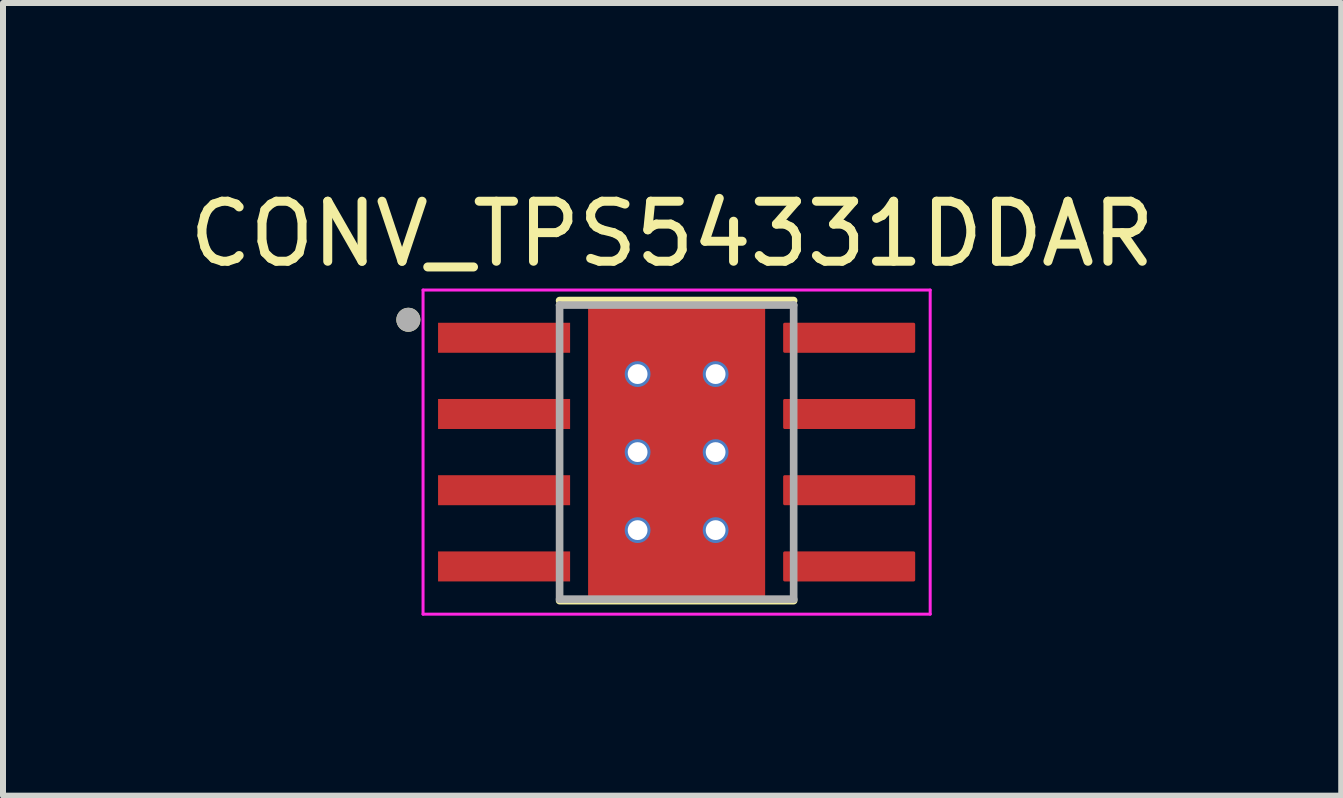
<source format=kicad_pcb>
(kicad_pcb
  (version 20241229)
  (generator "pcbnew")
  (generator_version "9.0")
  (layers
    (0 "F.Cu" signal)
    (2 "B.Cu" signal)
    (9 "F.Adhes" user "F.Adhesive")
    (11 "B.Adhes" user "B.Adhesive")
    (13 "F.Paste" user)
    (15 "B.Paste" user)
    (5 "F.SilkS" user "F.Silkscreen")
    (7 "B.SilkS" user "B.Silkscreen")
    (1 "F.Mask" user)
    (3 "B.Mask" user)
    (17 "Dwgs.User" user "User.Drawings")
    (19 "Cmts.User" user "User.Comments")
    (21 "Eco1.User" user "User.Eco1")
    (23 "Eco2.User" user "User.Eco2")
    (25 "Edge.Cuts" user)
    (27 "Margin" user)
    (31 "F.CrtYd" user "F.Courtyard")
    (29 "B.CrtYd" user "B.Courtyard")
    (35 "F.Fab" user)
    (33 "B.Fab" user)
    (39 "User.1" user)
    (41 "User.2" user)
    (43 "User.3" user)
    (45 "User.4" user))
  (footprint "CONV_TPS54331DDAR"
    (layer "F.Cu")
    (at 8.224 4.483)
    (property "Reference" "CONV_TPS54331DDAR" (at -0.075 -3.635 0) (layer "F.SilkS") (effects (font (size 1 1) (thickness 0.15))))
    (attr smd)
    (fp_poly (pts (xy -4.045 -2.225) (xy -1.705 -2.225) (xy -1.705 -1.585) (xy -4.045 -1.585)) (stroke (width 0.01) (type solid)) (fill yes) (layer "F.Mask"))
    (fp_poly (pts (xy -4.045 -0.955) (xy -1.705 -0.955) (xy -1.705 -0.315) (xy -4.045 -0.315)) (stroke (width 0.01) (type solid)) (fill yes) (layer "F.Mask"))
    (fp_poly (pts (xy -4.045 0.315) (xy -1.705 0.315) (xy -1.705 0.955) (xy -4.045 0.955)) (stroke (width 0.01) (type solid)) (fill yes) (layer "F.Mask"))
    (fp_poly (pts (xy -4.045 1.585) (xy -1.705 1.585) (xy -1.705 2.225) (xy -4.045 2.225)) (stroke (width 0.01) (type solid)) (fill yes) (layer "F.Mask"))
    (fp_poly (pts (xy -1.2 -1.55) (xy 1.2 -1.55) (xy 1.2 1.55) (xy -1.2 1.55)) (stroke (width 0.01) (type solid)) (fill yes) (layer "F.Mask"))
    (fp_poly (pts (xy 1.705 -2.225) (xy 4.045 -2.225) (xy 4.045 -1.585) (xy 1.705 -1.585)) (stroke (width 0.01) (type solid)) (fill yes) (layer "F.Mask"))
    (fp_poly (pts (xy 1.705 -0.955) (xy 4.045 -0.955) (xy 4.045 -0.315) (xy 1.705 -0.315)) (stroke (width 0.01) (type solid)) (fill yes) (layer "F.Mask"))
    (fp_poly (pts (xy 1.705 0.315) (xy 4.045 0.315) (xy 4.045 0.955) (xy 1.705 0.955)) (stroke (width 0.01) (type solid)) (fill yes) (layer "F.Mask"))
    (fp_poly (pts (xy 1.705 1.585) (xy 4.045 1.585) (xy 4.045 2.225) (xy 1.705 2.225)) (stroke (width 0.01) (type solid)) (fill yes) (layer "F.Mask"))
    (fp_line (start -1.95 -2.525) (end 1.95 -2.525) (stroke (width 0.127) (type solid)) (layer "F.SilkS"))
    (fp_line (start -1.95 2.475) (end 1.95 2.475) (stroke (width 0.127) (type solid)) (layer "F.SilkS"))
    (fp_circle (center -4.47 -2.205) (end -4.37 -2.205) (stroke (width 0.2) (type solid)) (fill no) (layer "F.SilkS"))
    (fp_poly (pts (xy -3.95 -2.13) (xy -1.8 -2.13) (xy -1.8 -1.68) (xy -3.95 -1.68)) (stroke (width 0.01) (type solid)) (fill yes) (layer "F.Paste"))
    (fp_poly (pts (xy -3.95 -0.86) (xy -1.8 -0.86) (xy -1.8 -0.41) (xy -3.95 -0.41)) (stroke (width 0.01) (type solid)) (fill yes) (layer "F.Paste"))
    (fp_poly (pts (xy -3.95 0.41) (xy -1.8 0.41) (xy -1.8 0.86) (xy -3.95 0.86)) (stroke (width 0.01) (type solid)) (fill yes) (layer "F.Paste"))
    (fp_poly (pts (xy -3.95 1.68) (xy -1.8 1.68) (xy -1.8 2.13) (xy -3.95 2.13)) (stroke (width 0.01) (type solid)) (fill yes) (layer "F.Paste"))
    (fp_poly (pts (xy -1.2 -1.55) (xy 1.2 -1.55) (xy 1.2 1.55) (xy -1.2 1.55)) (stroke (width 0.01) (type solid)) (fill yes) (layer "F.Paste"))
    (fp_poly (pts (xy 1.8 -2.13) (xy 3.95 -2.13) (xy 3.95 -1.68) (xy 1.8 -1.68)) (stroke (width 0.01) (type solid)) (fill yes) (layer "F.Paste"))
    (fp_poly (pts (xy 1.8 -0.86) (xy 3.95 -0.86) (xy 3.95 -0.41) (xy 1.8 -0.41)) (stroke (width 0.01) (type solid)) (fill yes) (layer "F.Paste"))
    (fp_poly (pts (xy 1.8 0.41) (xy 3.95 0.41) (xy 3.95 0.86) (xy 1.8 0.86)) (stroke (width 0.01) (type solid)) (fill yes) (layer "F.Paste"))
    (fp_poly (pts (xy 1.8 1.68) (xy 3.95 1.68) (xy 3.95 2.13) (xy 1.8 2.13)) (stroke (width 0.01) (type solid)) (fill yes) (layer "F.Paste"))
    (fp_line (start -4.225 -2.7) (end -4.225 2.7) (stroke (width 0.05) (type solid)) (layer "F.CrtYd"))
    (fp_line (start -4.225 -2.7) (end 4.225 -2.7) (stroke (width 0.05) (type solid)) (layer "F.CrtYd"))
    (fp_line (start -4.225 2.7) (end 4.225 2.7) (stroke (width 0.05) (type solid)) (layer "F.CrtYd"))
    (fp_line (start 4.225 -2.7) (end 4.225 2.7) (stroke (width 0.05) (type solid)) (layer "F.CrtYd"))
    (fp_line (start -1.95 -2.45) (end -1.95 2.45) (stroke (width 0.127) (type solid)) (layer "F.Fab"))
    (fp_line (start -1.95 -2.45) (end 1.95 -2.45) (stroke (width 0.127) (type solid)) (layer "F.Fab"))
    (fp_line (start -1.95 2.45) (end 1.95 2.45) (stroke (width 0.127) (type solid)) (layer "F.Fab"))
    (fp_line (start 1.95 -2.45) (end 1.95 2.45) (stroke (width 0.127) (type solid)) (layer "F.Fab"))
    (fp_circle (center -4.47 -2.205) (end -4.37 -2.205) (stroke (width 0.2) (type solid)) (fill no) (layer "F.Fab"))
    (pad "1" smd rect (at -2.875 -1.905) (size 2.2 0.5) (layers "F.Cu"))
    (pad "2" smd rect (at -2.875 -0.635) (size 2.2 0.5) (layers "F.Cu"))
    (pad "3" smd rect (at -2.875 0.635) (size 2.2 0.5) (layers "F.Cu"))
    (pad "4" smd rect (at -2.875 1.905) (size 2.2 0.5) (layers "F.Cu"))
    (pad "5" smd roundrect (at 2.875 1.905) (size 2.2 0.5) (layers "F.Cu") (roundrect_rratio 0.05))
    (pad "6" smd roundrect (at 2.875 0.635) (size 2.2 0.5) (layers "F.Cu") (roundrect_rratio 0.05))
    (pad "7" smd roundrect (at 2.875 -0.635) (size 2.2 0.5) (layers "F.Cu") (roundrect_rratio 0.05))
    (pad "8" smd roundrect (at 2.875 -1.905) (size 2.2 0.5) (layers "F.Cu") (roundrect_rratio 0.05))
    (pad "9" smd rect (at 0 0) (size 2.95 4.9) (layers "F.Cu"))
    (pad "10" thru_hole circle (at -0.65 -1.3) (size 0.43 0.43) (drill 0.33) (layers "*.Cu"))
    (pad "11" thru_hole circle (at 0.65 -1.3) (size 0.43 0.43) (drill 0.33) (layers "*.Cu"))
    (pad "12" thru_hole circle (at -0.65 0) (size 0.43 0.43) (drill 0.33) (layers "*.Cu"))
    (pad "13" thru_hole circle (at 0.65 0) (size 0.43 0.43) (drill 0.33) (layers "*.Cu"))
    (pad "14" thru_hole circle (at -0.65 1.3) (size 0.43 0.43) (drill 0.33) (layers "*.Cu"))
    (pad "15" thru_hole circle (at 0.65 1.3) (size 0.43 0.43) (drill 0.33) (layers "*.Cu")))
  (gr_rect
    (start -3 -3)
    (end 19.298 10.208)
    (stroke (width 0.1) (type default))
    (fill no)
    (layer "Edge.Cuts")))
</source>
